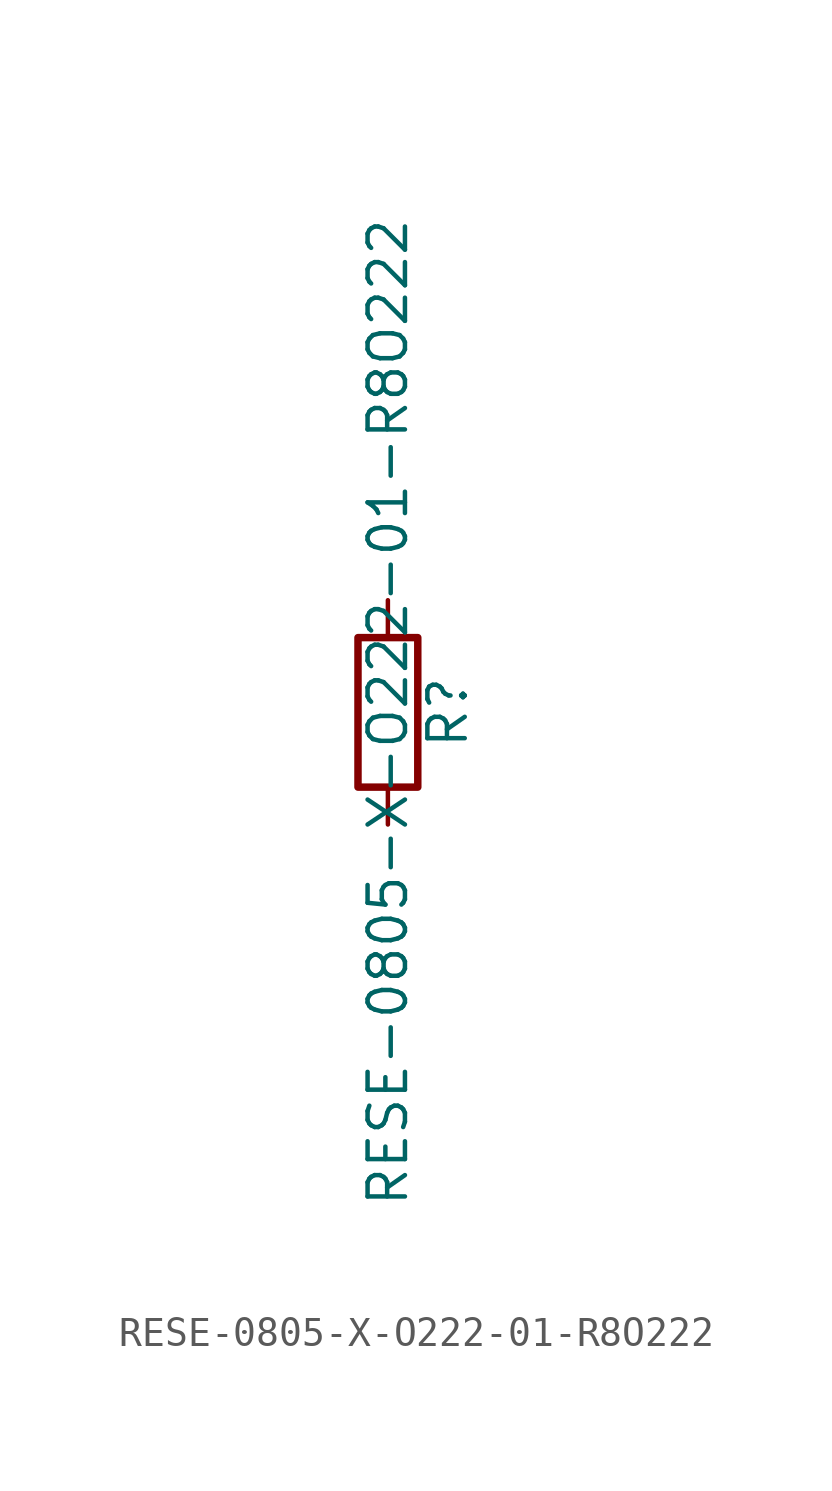
<source format=kicad_sym>
(kicad_symbol_lib
  (version 20211014)
  (generator kicad_symbol_editor)
  (symbol "RESE-0805-X-O222-01-R8O222"
    (pin_numbers hide)
    (pin_names
      (offset 0))
    (property "Reference" "R"
      (at 2.032 0 90)
      (effects (font (size 1.27 1.27))))
    (property "Value" "RESE-0805-X-O222-01-R8O222"
      (at 0 0 90)
      (effects (font (size 1.27 1.27))))
    (symbol "RESE-0805-X-O222-01-R8O222_0_1"
      (rectangle (start -1.016 -2.54) (end 1.016 2.54) (stroke (width 0.254) (type default) (color 0 0 0 0)) (fill (type none))))
    (symbol "RESE-0805-X-O222-01-R8O222_1_1"
      (pin passive line (at 0 3.81 270) (length 1.27) (name "~" (effects (font (size 1.27 1.27)))) (number "1" (effects (font (size 1.27 1.27)))))
      (pin passive line (at 0 -3.81 90) (length 1.27) (name "~" (effects (font (size 1.27 1.27)))) (number "2" (effects (font (size 1.27 1.27))))))))
</source>
